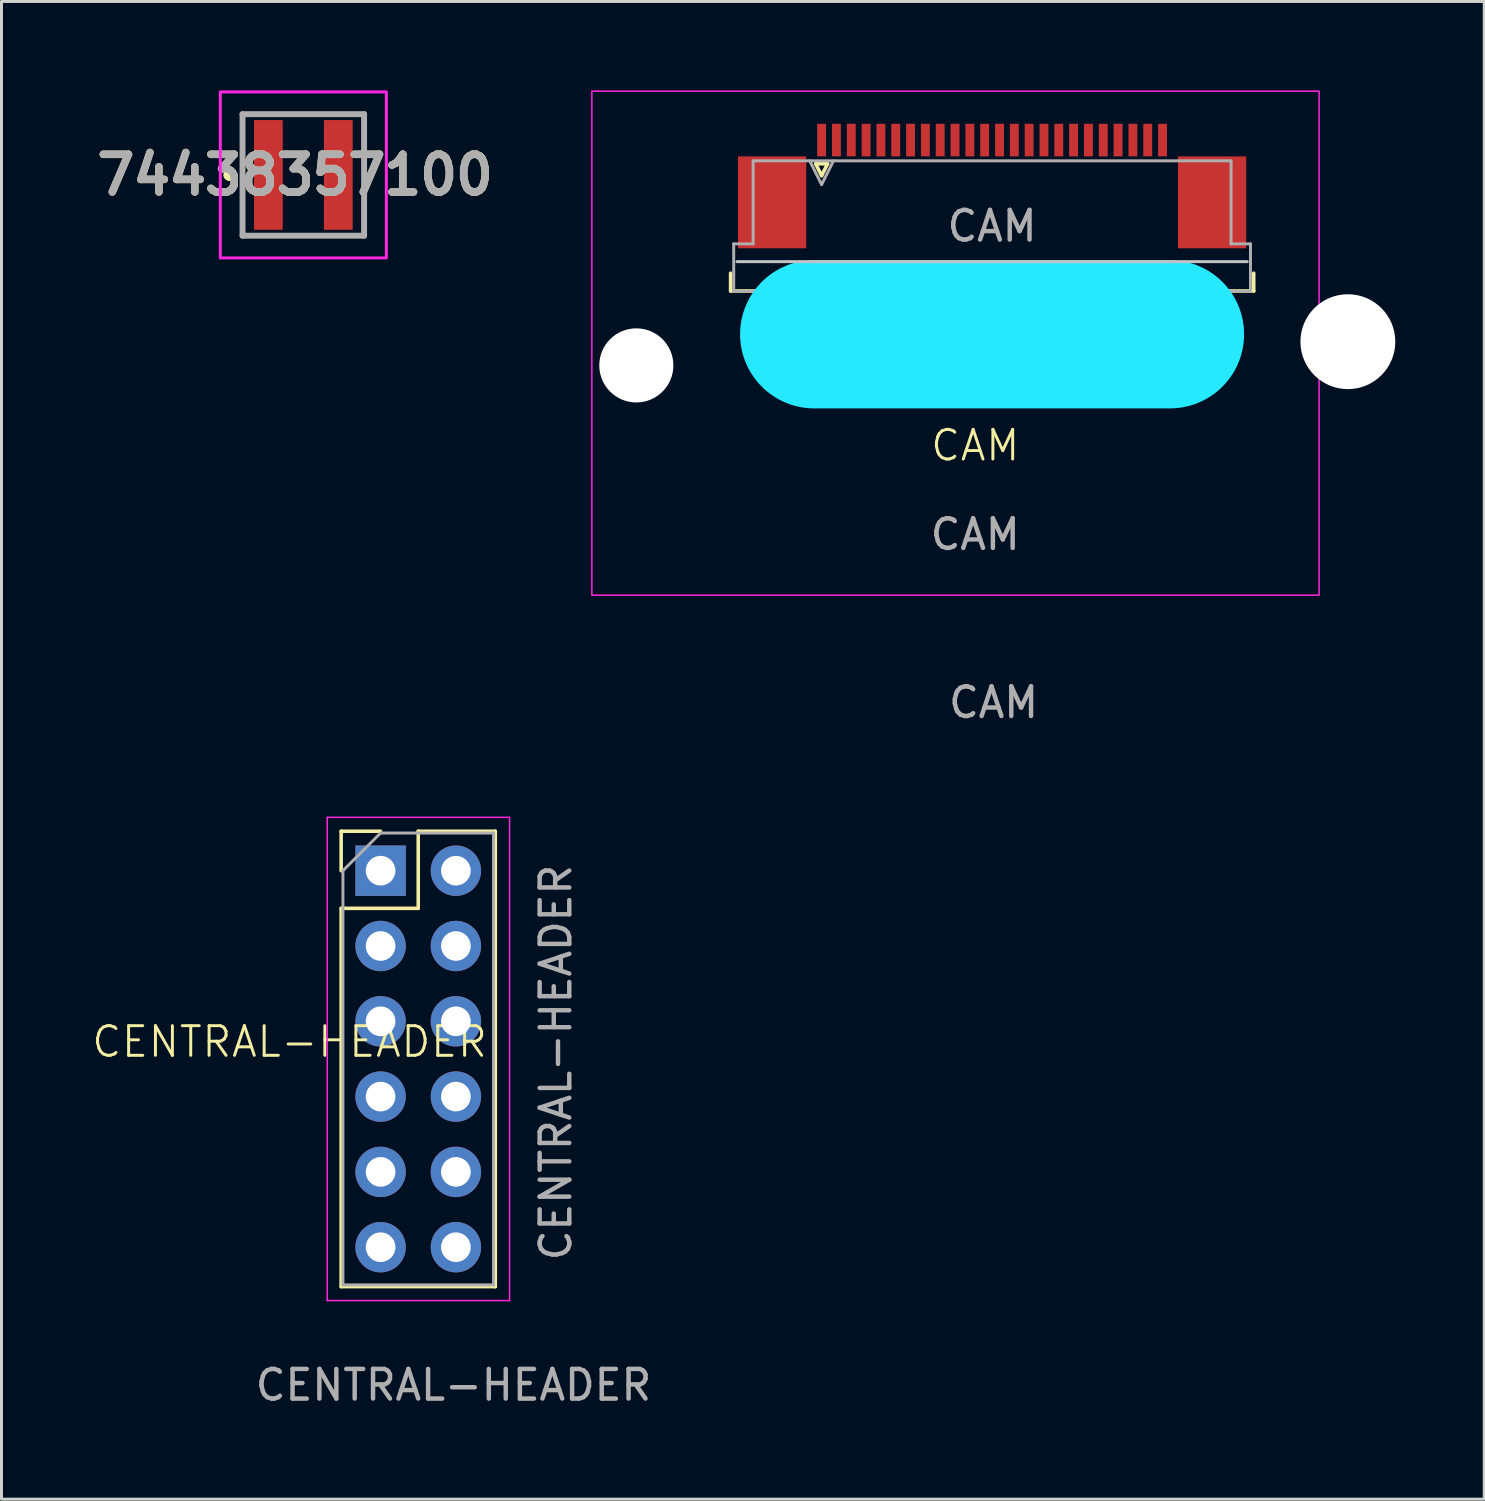
<source format=kicad_pcb>
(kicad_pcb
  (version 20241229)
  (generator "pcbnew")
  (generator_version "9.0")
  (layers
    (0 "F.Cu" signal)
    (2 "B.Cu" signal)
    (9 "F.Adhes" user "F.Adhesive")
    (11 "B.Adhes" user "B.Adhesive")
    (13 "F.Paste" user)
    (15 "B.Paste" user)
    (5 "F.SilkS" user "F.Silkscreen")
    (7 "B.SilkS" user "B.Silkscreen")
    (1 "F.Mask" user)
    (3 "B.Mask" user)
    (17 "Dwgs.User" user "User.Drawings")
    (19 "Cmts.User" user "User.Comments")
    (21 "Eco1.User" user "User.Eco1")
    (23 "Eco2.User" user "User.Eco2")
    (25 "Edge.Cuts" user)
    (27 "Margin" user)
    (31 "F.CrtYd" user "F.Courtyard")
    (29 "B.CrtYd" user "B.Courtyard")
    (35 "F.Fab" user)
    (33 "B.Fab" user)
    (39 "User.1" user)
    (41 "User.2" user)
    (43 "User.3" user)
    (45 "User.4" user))
  (footprint "74438357100"
    (layer "F.Cu")
    (at 7.181 2.85)
    (property "Reference" "74438357100" (at -0.275 0 0) (layer "F.SilkS") (effects (font (size 1.27 1.27) (thickness 0.254))))
    (attr smd)
    (fp_line (start -2.5 -0.1) (end -2.5 -0.1) (stroke (width 0.2) (type solid)) (layer "F.SilkS"))
    (fp_line (start -2.5 0.1) (end -2.5 0.1) (stroke (width 0.2) (type solid)) (layer "F.SilkS"))
    (fp_line (start -2.05 -2.05) (end 2.05 -2.05) (stroke (width 0.1) (type solid)) (layer "F.SilkS"))
    (fp_line (start -2.05 2.05) (end -2.05 -2.05) (stroke (width 0.1) (type solid)) (layer "F.SilkS"))
    (fp_line (start 2.05 -2.05) (end 2.05 2.05) (stroke (width 0.1) (type solid)) (layer "F.SilkS"))
    (fp_line (start 2.05 2.05) (end -2.05 2.05) (stroke (width 0.1) (type solid)) (layer "F.SilkS"))
    (fp_arc (start -2.5 -0.1) (mid -2.4 0) (end -2.5 0.1) (stroke (width 0.2) (type solid)) (layer "F.SilkS"))
    (fp_arc (start -2.5 0.1) (mid -2.6 0) (end -2.5 -0.1) (stroke (width 0.2) (type solid)) (layer "F.SilkS"))
    (fp_rect (start -2.8 -2.8) (end 2.8 2.8) (stroke (width 0.1) (type default)) (fill no) (layer "F.CrtYd"))
    (fp_line (start -2.05 -2.05) (end 2.05 -2.05) (stroke (width 0.2) (type solid)) (layer "F.Fab"))
    (fp_line (start -2.05 2.05) (end -2.05 -2.05) (stroke (width 0.2) (type solid)) (layer "F.Fab"))
    (fp_line (start 2.05 -2.05) (end 2.05 2.05) (stroke (width 0.2) (type solid)) (layer "F.Fab"))
    (fp_line (start 2.05 2.05) (end -2.05 2.05) (stroke (width 0.2) (type solid)) (layer "F.Fab"))
    (fp_text user "${REFERENCE}" (at -0.275 0 0) (layer "F.Fab") (effects (font (size 1.27 1.27) (thickness 0.254))))
    (pad "1" smd rect (at -1.18 0) (size 0.97 3.7) (layers "F.Cu" "F.Mask" "F.Paste"))
    (pad "2" smd rect (at 1.18 0) (size 0.97 3.7) (layers "F.Cu" "F.Mask" "F.Paste")))
  (footprint "CENTRAL-HEADER"
    (layer "F.Cu")
    (at 11.037 32.668)
    (property "Reference" "CENTRAL-HEADER" (at -4.32 -0.58 0) (unlocked yes) (layer "F.SilkS") (effects (font (size 1 1) (thickness 0.1))))
    (attr through_hole)
    (fp_line (start -2.58 -7.68) (end -1.25 -7.68) (stroke (width 0.12) (type solid)) (layer "F.SilkS"))
    (fp_line (start -2.58 -6.35) (end -2.58 -7.68) (stroke (width 0.12) (type solid)) (layer "F.SilkS"))
    (fp_line (start -2.58 -5.08) (end -2.58 7.68) (stroke (width 0.12) (type solid)) (layer "F.SilkS"))
    (fp_line (start -2.58 -5.08) (end 0.02 -5.08) (stroke (width 0.12) (type solid)) (layer "F.SilkS"))
    (fp_line (start -2.58 7.68) (end 2.62 7.68) (stroke (width 0.12) (type solid)) (layer "F.SilkS"))
    (fp_line (start 0.02 -7.68) (end 2.62 -7.68) (stroke (width 0.12) (type solid)) (layer "F.SilkS"))
    (fp_line (start 0.02 -5.08) (end 0.02 -7.68) (stroke (width 0.12) (type solid)) (layer "F.SilkS"))
    (fp_line (start 2.62 -7.68) (end 2.62 7.68) (stroke (width 0.12) (type solid)) (layer "F.SilkS"))
    (fp_line (start -3.05 -8.15) (end -3.05 8.15) (stroke (width 0.05) (type solid)) (layer "F.CrtYd"))
    (fp_line (start -3.05 8.15) (end 3.1 8.15) (stroke (width 0.05) (type solid)) (layer "F.CrtYd"))
    (fp_line (start 3.1 -8.15) (end -3.05 -8.15) (stroke (width 0.05) (type solid)) (layer "F.CrtYd"))
    (fp_line (start 3.1 8.15) (end 3.1 -8.15) (stroke (width 0.05) (type solid)) (layer "F.CrtYd"))
    (fp_line (start -2.52 -6.35) (end -1.25 -7.62) (stroke (width 0.1) (type solid)) (layer "F.Fab"))
    (fp_line (start -2.52 7.62) (end -2.52 -6.35) (stroke (width 0.1) (type solid)) (layer "F.Fab"))
    (fp_line (start -1.25 -7.62) (end 2.56 -7.62) (stroke (width 0.1) (type solid)) (layer "F.Fab"))
    (fp_line (start 2.56 -7.62) (end 2.56 7.62) (stroke (width 0.1) (type solid)) (layer "F.Fab"))
    (fp_line (start 2.56 7.62) (end -2.52 7.62) (stroke (width 0.1) (type solid)) (layer "F.Fab"))
    (fp_text user "${REFERENCE}" (at 4.66 0.12 90) (layer "F.Fab") (effects (font (size 1 1) (thickness 0.15))))
    (fp_text user "${REFERENCE}" (at 1.21 11 0) (unlocked yes) (layer "F.Fab") (effects (font (size 1 1) (thickness 0.15))))
    (pad "1" thru_hole rect (at -1.25 -6.35) (size 1.7 1.7) (drill 1) (layers "*.Cu" "*.Mask"))
    (pad "2" thru_hole oval (at -1.25 -3.81) (size 1.7 1.7) (drill 1) (layers "*.Cu" "*.Mask"))
    (pad "3" thru_hole oval (at -1.25 -1.27) (size 1.7 1.7) (drill 1) (layers "*.Cu" "*.Mask"))
    (pad "4" thru_hole oval (at -1.25 1.27) (size 1.7 1.7) (drill 1) (layers "*.Cu" "*.Mask"))
    (pad "5" thru_hole oval (at -1.25 3.81) (size 1.7 1.7) (drill 1) (layers "*.Cu" "*.Mask"))
    (pad "6" thru_hole oval (at -1.25 6.35) (size 1.7 1.7) (drill 1) (layers "*.Cu" "*.Mask"))
    (pad "7" thru_hole oval (at 1.29 6.35) (size 1.7 1.7) (drill 1) (layers "*.Cu" "*.Mask"))
    (pad "8" thru_hole oval (at 1.29 3.81) (size 1.7 1.7) (drill 1) (layers "*.Cu" "*.Mask"))
    (pad "9" thru_hole oval (at 1.29 1.27) (size 1.7 1.7) (drill 1) (layers "*.Cu" "*.Mask"))
    (pad "10" thru_hole oval (at 1.29 -1.27) (size 1.7 1.7) (drill 1) (layers "*.Cu" "*.Mask"))
    (pad "11" thru_hole oval (at 1.29 -3.81) (size 1.7 1.7) (drill 1) (layers "*.Cu" "*.Mask"))
    (pad "12" thru_hole oval (at 1.29 -6.35) (size 1.7 1.7) (drill 1) (layers "*.Cu" "*.Mask")))
  (footprint "CAM"
    (layer "F.Cu")
    (at 30.413 2.225)
    (property "Reference" "CAM" (at -0.568 9.75 0) (unlocked yes) (layer "F.SilkS") (effects (font (size 1 1) (thickness 0.1))))
    (fp_line (start -8.82 3.94) (end -8.82 4.54) (stroke (width 0.12) (type solid)) (layer "F.SilkS"))
    (fp_line (start -8.82 4.54) (end 8.825 4.54) (stroke (width 0.12) (type solid)) (layer "F.SilkS"))
    (fp_line (start -5.95 0.25) (end -5.75 0.65) (stroke (width 0.12) (type solid)) (layer "F.SilkS"))
    (fp_line (start -5.75 0.65) (end -5.55 0.25) (stroke (width 0.12) (type solid)) (layer "F.SilkS"))
    (fp_line (start -5.55 0.25) (end -5.95 0.25) (stroke (width 0.12) (type solid)) (layer "F.SilkS"))
    (fp_line (start 8.825 3.94) (end 8.825 4.54) (stroke (width 0.12) (type solid)) (layer "F.SilkS"))
    (fp_line (start 8.605 3.55) (end -8.605 3.55) (stroke (width 0.1) (type solid)) (layer "Dwgs.User"))
    (fp_arc (start 10.549082 14.89619) (mid -0.131281 16.582259) (end -10.82 14.949999) (stroke (width 0.1) (type solid)) (layer "Margin"))
    (fp_line (start -6 6) (end 6 6) (stroke (width 5) (type solid)) (layer "B.CrtYd"))
    (fp_rect (start -13.5 -2.2) (end 11.03 14.8) (stroke (width 0.05) (type solid)) (fill no) (layer "F.CrtYd"))
    (fp_line (start -8.715 2.95) (end -8.06 2.95) (stroke (width 0.1) (type solid)) (layer "F.Fab"))
    (fp_line (start -8.715 4.55) (end -8.715 2.95) (stroke (width 0.1) (type solid)) (layer "F.Fab"))
    (fp_line (start -8.06 0.15) (end 8.06 0.15) (stroke (width 0.1) (type solid)) (layer "F.Fab"))
    (fp_line (start -8.06 2.95) (end -8.06 0.15) (stroke (width 0.1) (type solid)) (layer "F.Fab"))
    (fp_line (start -6.15 0.15) (end -5.75 0.95) (stroke (width 0.1) (type solid)) (layer "F.Fab"))
    (fp_line (start -5.75 0.95) (end -5.35 0.15) (stroke (width 0.1) (type solid)) (layer "F.Fab"))
    (fp_line (start 8.06 0.15) (end 8.06 2.95) (stroke (width 0.1) (type solid)) (layer "F.Fab"))
    (fp_line (start 8.06 2.95) (end 8.715 2.95) (stroke (width 0.1) (type solid)) (layer "F.Fab"))
    (fp_line (start 8.715 2.95) (end 8.715 4.55) (stroke (width 0.1) (type solid)) (layer "F.Fab"))
    (fp_line (start 8.715 4.55) (end -8.715 4.55) (stroke (width 0.1) (type solid)) (layer "F.Fab"))
    (fp_text user "${REFERENCE}" (at 0 2.35 0) (layer "F.Fab") (effects (font (size 1 1) (thickness 0.15))))
    (fp_text user "${REFERENCE}" (at 0.052 18.42 0) (unlocked yes) (layer "F.Fab") (effects (font (size 1 1) (thickness 0.15))))
    (fp_text user "${REFERENCE}" (at -0.568 12.75 0) (unlocked yes) (layer "F.Fab") (effects (font (size 1 1) (thickness 0.15))))
    (pad "" np_thru_hole circle (at -12 7.05) (size 2.5 2.5) (drill 3.2) (layers "*.Cu" "*.Mask"))
    (pad "" np_thru_hole circle (at 12 6.25) (size 3.2 3.2) (drill 3.2) (layers "*.Cu" "*.Mask"))
    (pad "1" smd rect (at -5.75 -0.55) (size 0.3 1.1) (layers "F.Cu" "F.Mask" "F.Paste"))
    (pad "2" smd rect (at -5.25 -0.55) (size 0.3 1.1) (layers "F.Cu" "F.Mask" "F.Paste"))
    (pad "3" smd rect (at -4.75 -0.55) (size 0.3 1.1) (layers "F.Cu" "F.Mask" "F.Paste"))
    (pad "4" smd rect (at -4.25 -0.55) (size 0.3 1.1) (layers "F.Cu" "F.Mask" "F.Paste"))
    (pad "5" smd rect (at -3.75 -0.55) (size 0.3 1.1) (layers "F.Cu" "F.Mask" "F.Paste"))
    (pad "6" smd rect (at -3.25 -0.55) (size 0.3 1.1) (layers "F.Cu" "F.Mask" "F.Paste"))
    (pad "7" smd rect (at -2.75 -0.55) (size 0.3 1.1) (layers "F.Cu" "F.Mask" "F.Paste"))
    (pad "8" smd rect (at -2.25 -0.55) (size 0.3 1.1) (layers "F.Cu" "F.Mask" "F.Paste"))
    (pad "9" smd rect (at -1.75 -0.55) (size 0.3 1.1) (layers "F.Cu" "F.Mask" "F.Paste"))
    (pad "10" smd rect (at -1.25 -0.55) (size 0.3 1.1) (layers "F.Cu" "F.Mask" "F.Paste"))
    (pad "11" smd rect (at -0.75 -0.55) (size 0.3 1.1) (layers "F.Cu" "F.Mask" "F.Paste"))
    (pad "12" smd rect (at -0.25 -0.55) (size 0.3 1.1) (layers "F.Cu" "F.Mask" "F.Paste"))
    (pad "13" smd rect (at 0.25 -0.55) (size 0.3 1.1) (layers "F.Cu" "F.Mask" "F.Paste"))
    (pad "14" smd rect (at 0.75 -0.55) (size 0.3 1.1) (layers "F.Cu" "F.Mask" "F.Paste"))
    (pad "15" smd rect (at 1.25 -0.55) (size 0.3 1.1) (layers "F.Cu" "F.Mask" "F.Paste"))
    (pad "16" smd rect (at 1.75 -0.55) (size 0.3 1.1) (layers "F.Cu" "F.Mask" "F.Paste"))
    (pad "17" smd rect (at 2.25 -0.55) (size 0.3 1.1) (layers "F.Cu" "F.Mask" "F.Paste"))
    (pad "18" smd rect (at 2.75 -0.55) (size 0.3 1.1) (layers "F.Cu" "F.Mask" "F.Paste"))
    (pad "19" smd rect (at 3.25 -0.55) (size 0.3 1.1) (layers "F.Cu" "F.Mask" "F.Paste"))
    (pad "20" smd rect (at 3.75 -0.55) (size 0.3 1.1) (layers "F.Cu" "F.Mask" "F.Paste"))
    (pad "21" smd rect (at 4.25 -0.55) (size 0.3 1.1) (layers "F.Cu" "F.Mask" "F.Paste"))
    (pad "22" smd rect (at 4.75 -0.55) (size 0.3 1.1) (layers "F.Cu" "F.Mask" "F.Paste"))
    (pad "23" smd rect (at 5.25 -0.55) (size 0.3 1.1) (layers "F.Cu" "F.Mask" "F.Paste"))
    (pad "24" smd rect (at 5.75 -0.55) (size 0.3 1.1) (layers "F.Cu" "F.Mask" "F.Paste"))
    (pad "MP" smd rect (at -7.42 1.55) (size 2.3 3.1) (layers "F.Cu" "F.Mask" "F.Paste"))
    (pad "MP" smd rect (at 7.42 1.55) (size 2.3 3.1) (layers "F.Cu" "F.Mask" "F.Paste")))
  (gr_rect
    (start -3 -3)
    (end 47.013 47.517)
    (stroke (width 0.1) (type default))
    (fill no)
    (layer "Edge.Cuts")))
</source>
